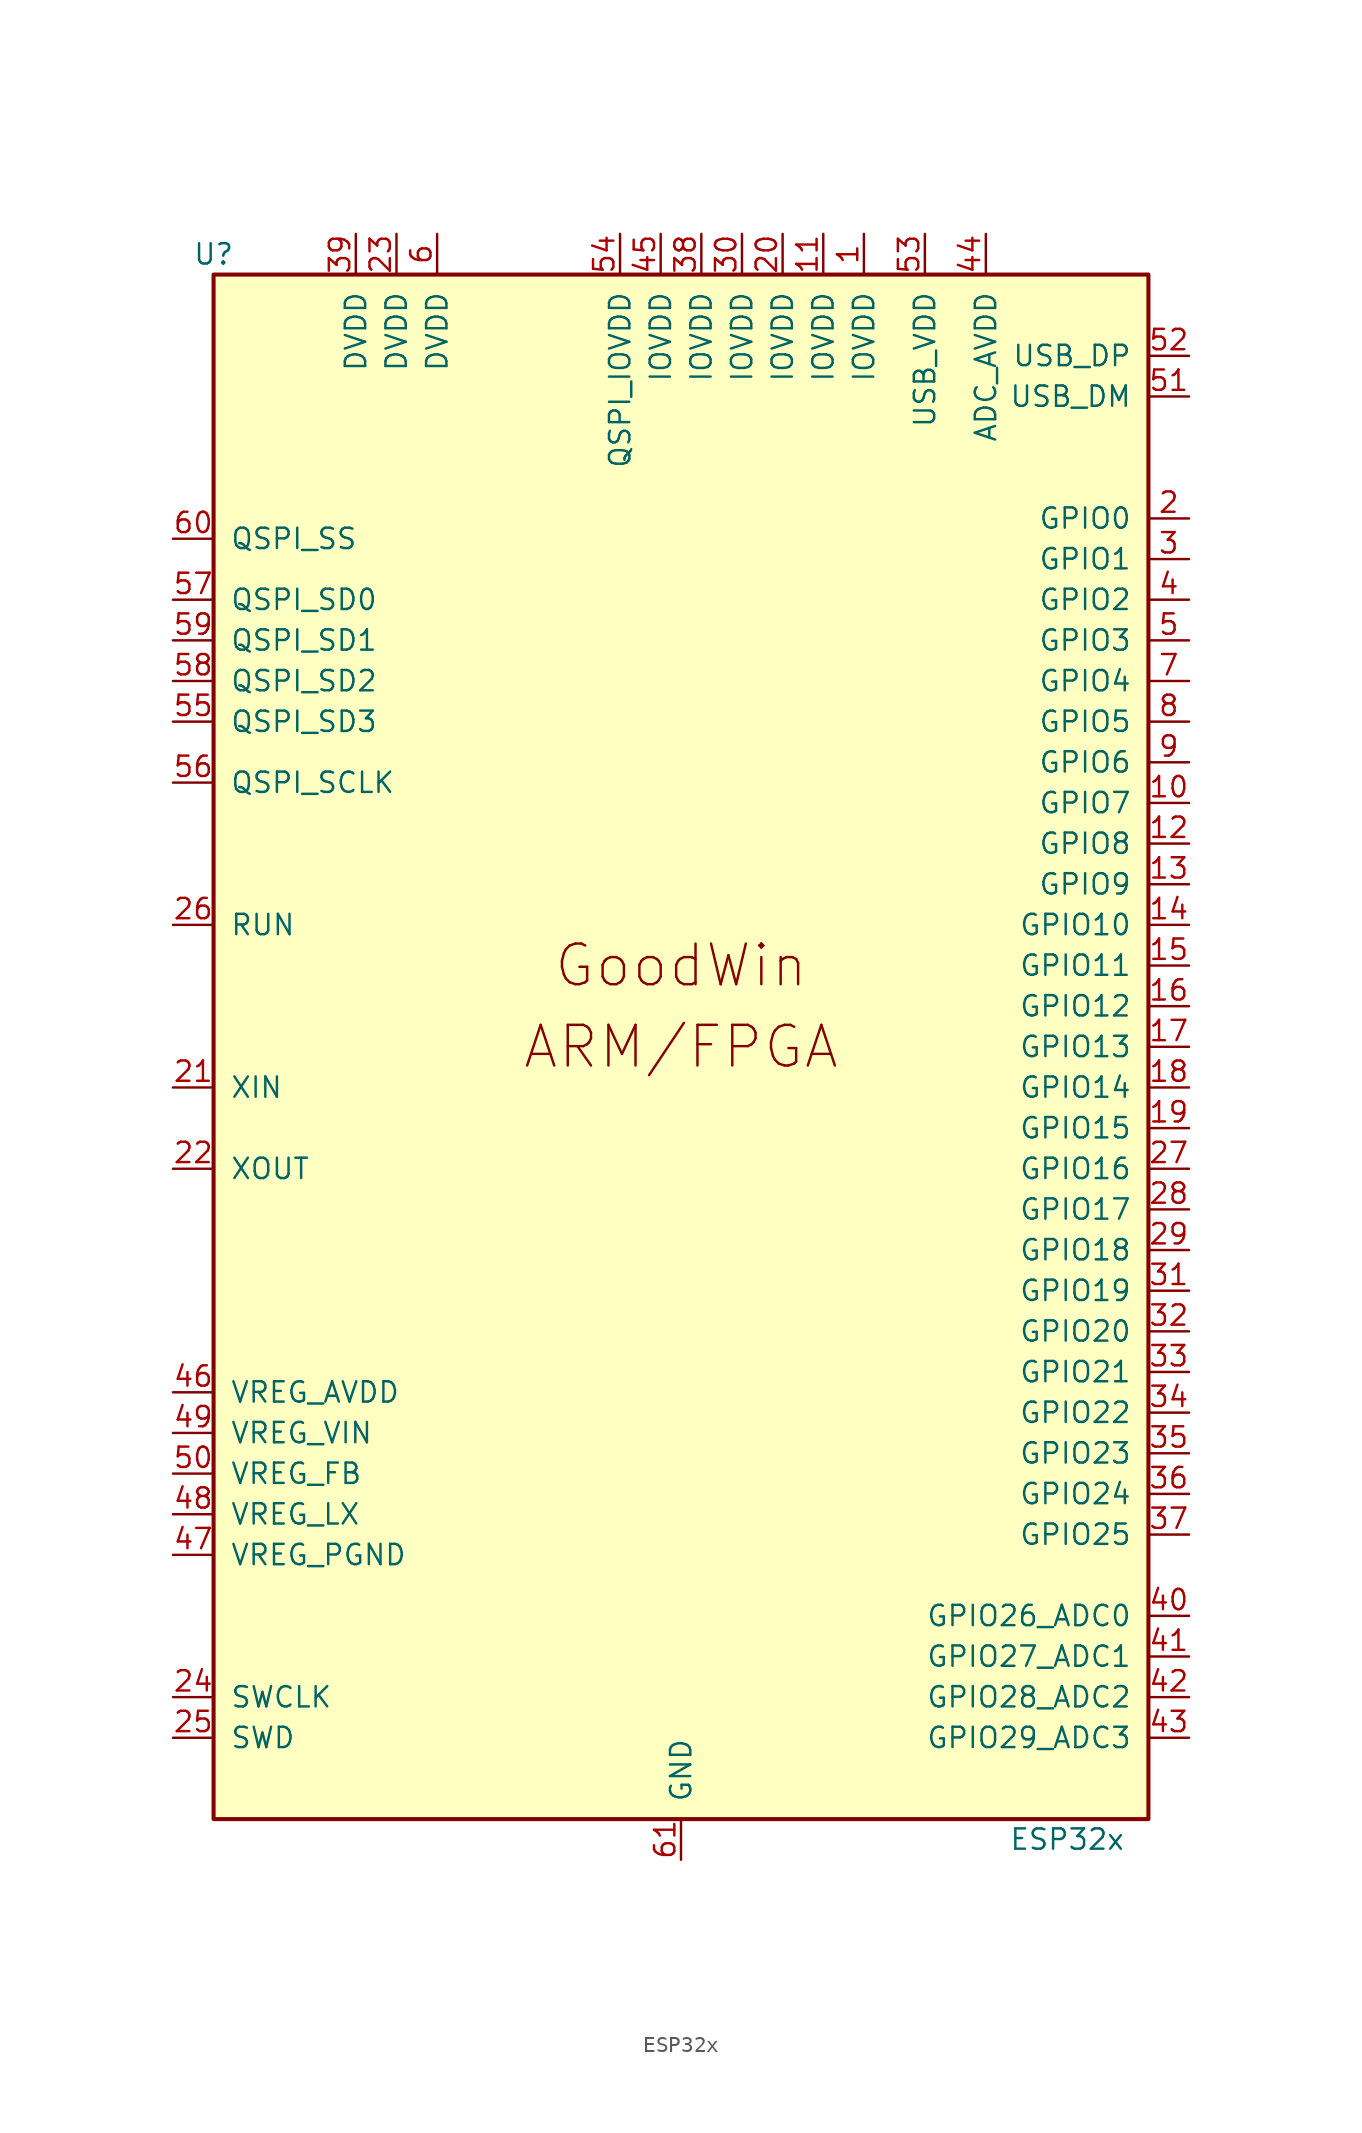
<source format=kicad_sym>
(kicad_symbol_lib
  (version 20220914)
  (generator kicad_symbol_editor)
  (symbol "ESP32x"
    (pin_names
      (offset 1.016))
    (property "Reference" "U"
      (at -29.21 49.53 0)
      (effects (font (size 1.27 1.27))))
    (property "Value" "ESP32x"
      (at 24.13 -49.53 0)
      (effects (font (size 1.27 1.27))))
    (symbol "ESP32x_0_1"
      (rectangle (start -29.21 48.26) (end 29.21 -48.26) (stroke (width 0.254) (type solid)) (fill (type background))))
    (symbol "ESP32x_1_0"
      (text "ARM/FPGA" (at 0 0 0) (effects (font (size 2.54 2.54))))
      (text "GoodWin" (at 0 5.08 0) (effects (font (size 2.54 2.54)))))
    (symbol "ESP32x_1_1"
      (pin power_in line (at 11.43 50.8 270) (length 2.54) (name "IOVDD" (effects (font (size 1.27 1.27)))) (number "1" (effects (font (size 1.27 1.27)))))
      (pin bidirectional line (at 31.75 15.24 180) (length 2.54) (name "GPIO7" (effects (font (size 1.27 1.27)))) (number "10" (effects (font (size 1.27 1.27)))))
      (pin power_in line (at 8.89 50.8 270) (length 2.54) (name "IOVDD" (effects (font (size 1.27 1.27)))) (number "11" (effects (font (size 1.27 1.27)))))
      (pin bidirectional line (at 31.75 12.7 180) (length 2.54) (name "GPIO8" (effects (font (size 1.27 1.27)))) (number "12" (effects (font (size 1.27 1.27)))))
      (pin bidirectional line (at 31.75 10.16 180) (length 2.54) (name "GPIO9" (effects (font (size 1.27 1.27)))) (number "13" (effects (font (size 1.27 1.27)))))
      (pin bidirectional line (at 31.75 7.62 180) (length 2.54) (name "GPIO10" (effects (font (size 1.27 1.27)))) (number "14" (effects (font (size 1.27 1.27)))))
      (pin bidirectional line (at 31.75 5.08 180) (length 2.54) (name "GPIO11" (effects (font (size 1.27 1.27)))) (number "15" (effects (font (size 1.27 1.27)))))
      (pin bidirectional line (at 31.75 2.54 180) (length 2.54) (name "GPIO12" (effects (font (size 1.27 1.27)))) (number "16" (effects (font (size 1.27 1.27)))))
      (pin bidirectional line (at 31.75 0 180) (length 2.54) (name "GPIO13" (effects (font (size 1.27 1.27)))) (number "17" (effects (font (size 1.27 1.27)))))
      (pin bidirectional line (at 31.75 -2.54 180) (length 2.54) (name "GPIO14" (effects (font (size 1.27 1.27)))) (number "18" (effects (font (size 1.27 1.27)))))
      (pin bidirectional line (at 31.75 -5.08 180) (length 2.54) (name "GPIO15" (effects (font (size 1.27 1.27)))) (number "19" (effects (font (size 1.27 1.27)))))
      (pin bidirectional line (at 31.75 33.02 180) (length 2.54) (name "GPIO0" (effects (font (size 1.27 1.27)))) (number "2" (effects (font (size 1.27 1.27)))))
      (pin power_in line (at 6.35 50.8 270) (length 2.54) (name "IOVDD" (effects (font (size 1.27 1.27)))) (number "20" (effects (font (size 1.27 1.27)))))
      (pin input line (at -31.75 -2.54 0) (length 2.54) (name "XIN" (effects (font (size 1.27 1.27)))) (number "21" (effects (font (size 1.27 1.27)))))
      (pin passive line (at -31.75 -7.62 0) (length 2.54) (name "XOUT" (effects (font (size 1.27 1.27)))) (number "22" (effects (font (size 1.27 1.27)))))
      (pin power_in line (at -17.78 50.8 270) (length 2.54) (name "DVDD" (effects (font (size 1.27 1.27)))) (number "23" (effects (font (size 1.27 1.27)))))
      (pin output line (at -31.75 -40.64 0) (length 2.54) (name "SWCLK" (effects (font (size 1.27 1.27)))) (number "24" (effects (font (size 1.27 1.27)))))
      (pin bidirectional line (at -31.75 -43.18 0) (length 2.54) (name "SWD" (effects (font (size 1.27 1.27)))) (number "25" (effects (font (size 1.27 1.27)))))
      (pin input line (at -31.75 7.62 0) (length 2.54) (name "RUN" (effects (font (size 1.27 1.27)))) (number "26" (effects (font (size 1.27 1.27)))))
      (pin bidirectional line (at 31.75 -7.62 180) (length 2.54) (name "GPIO16" (effects (font (size 1.27 1.27)))) (number "27" (effects (font (size 1.27 1.27)))))
      (pin bidirectional line (at 31.75 -10.16 180) (length 2.54) (name "GPIO17" (effects (font (size 1.27 1.27)))) (number "28" (effects (font (size 1.27 1.27)))))
      (pin bidirectional line (at 31.75 -12.7 180) (length 2.54) (name "GPIO18" (effects (font (size 1.27 1.27)))) (number "29" (effects (font (size 1.27 1.27)))))
      (pin bidirectional line (at 31.75 30.48 180) (length 2.54) (name "GPIO1" (effects (font (size 1.27 1.27)))) (number "3" (effects (font (size 1.27 1.27)))))
      (pin power_in line (at 3.81 50.8 270) (length 2.54) (name "IOVDD" (effects (font (size 1.27 1.27)))) (number "30" (effects (font (size 1.27 1.27)))))
      (pin bidirectional line (at 31.75 -15.24 180) (length 2.54) (name "GPIO19" (effects (font (size 1.27 1.27)))) (number "31" (effects (font (size 1.27 1.27)))))
      (pin bidirectional line (at 31.75 -17.78 180) (length 2.54) (name "GPIO20" (effects (font (size 1.27 1.27)))) (number "32" (effects (font (size 1.27 1.27)))))
      (pin bidirectional line (at 31.75 -20.32 180) (length 2.54) (name "GPIO21" (effects (font (size 1.27 1.27)))) (number "33" (effects (font (size 1.27 1.27)))))
      (pin bidirectional line (at 31.75 -22.86 180) (length 2.54) (name "GPIO22" (effects (font (size 1.27 1.27)))) (number "34" (effects (font (size 1.27 1.27)))))
      (pin bidirectional line (at 31.75 -25.4 180) (length 2.54) (name "GPIO23" (effects (font (size 1.27 1.27)))) (number "35" (effects (font (size 1.27 1.27)))))
      (pin bidirectional line (at 31.75 -27.94 180) (length 2.54) (name "GPIO24" (effects (font (size 1.27 1.27)))) (number "36" (effects (font (size 1.27 1.27)))))
      (pin bidirectional line (at 31.75 -30.48 180) (length 2.54) (name "GPIO25" (effects (font (size 1.27 1.27)))) (number "37" (effects (font (size 1.27 1.27)))))
      (pin power_in line (at 1.27 50.8 270) (length 2.54) (name "IOVDD" (effects (font (size 1.27 1.27)))) (number "38" (effects (font (size 1.27 1.27)))))
      (pin power_in line (at -20.32 50.8 270) (length 2.54) (name "DVDD" (effects (font (size 1.27 1.27)))) (number "39" (effects (font (size 1.27 1.27)))))
      (pin bidirectional line (at 31.75 27.94 180) (length 2.54) (name "GPIO2" (effects (font (size 1.27 1.27)))) (number "4" (effects (font (size 1.27 1.27)))))
      (pin bidirectional line (at 31.75 -35.56 180) (length 2.54) (name "GPIO26_ADC0" (effects (font (size 1.27 1.27)))) (number "40" (effects (font (size 1.27 1.27)))))
      (pin bidirectional line (at 31.75 -38.1 180) (length 2.54) (name "GPIO27_ADC1" (effects (font (size 1.27 1.27)))) (number "41" (effects (font (size 1.27 1.27)))))
      (pin bidirectional line (at 31.75 -40.64 180) (length 2.54) (name "GPIO28_ADC2" (effects (font (size 1.27 1.27)))) (number "42" (effects (font (size 1.27 1.27)))))
      (pin bidirectional line (at 31.75 -43.18 180) (length 2.54) (name "GPIO29_ADC3" (effects (font (size 1.27 1.27)))) (number "43" (effects (font (size 1.27 1.27)))))
      (pin power_in line (at 19.05 50.8 270) (length 2.54) (name "ADC_AVDD" (effects (font (size 1.27 1.27)))) (number "44" (effects (font (size 1.27 1.27)))))
      (pin power_in line (at -1.27 50.8 270) (length 2.54) (name "IOVDD" (effects (font (size 1.27 1.27)))) (number "45" (effects (font (size 1.27 1.27)))))
      (pin power_in line (at -31.75 -21.59 0) (length 2.54) (name "VREG_AVDD" (effects (font (size 1.27 1.27)))) (number "46" (effects (font (size 1.27 1.27)))))
      (pin power_out line (at -31.75 -31.75 0) (length 2.54) (name "VREG_PGND" (effects (font (size 1.27 1.27)))) (number "47" (effects (font (size 1.27 1.27)))))
      (pin power_in line (at -31.75 -29.21 0) (length 2.54) (name "VREG_LX" (effects (font (size 1.27 1.27)))) (number "48" (effects (font (size 1.27 1.27)))))
      (pin power_out line (at -31.75 -24.13 0) (length 2.54) (name "VREG_VIN" (effects (font (size 1.27 1.27)))) (number "49" (effects (font (size 1.27 1.27)))))
      (pin bidirectional line (at 31.75 25.4 180) (length 2.54) (name "GPIO3" (effects (font (size 1.27 1.27)))) (number "5" (effects (font (size 1.27 1.27)))))
      (pin power_in line (at -31.75 -26.67 0) (length 2.54) (name "VREG_FB" (effects (font (size 1.27 1.27)))) (number "50" (effects (font (size 1.27 1.27)))))
      (pin bidirectional line (at 31.75 40.64 180) (length 2.54) (name "USB_DM" (effects (font (size 1.27 1.27)))) (number "51" (effects (font (size 1.27 1.27)))))
      (pin bidirectional line (at 31.75 43.18 180) (length 2.54) (name "USB_DP" (effects (font (size 1.27 1.27)))) (number "52" (effects (font (size 1.27 1.27)))))
      (pin power_in line (at 15.24 50.8 270) (length 2.54) (name "USB_VDD" (effects (font (size 1.27 1.27)))) (number "53" (effects (font (size 1.27 1.27)))))
      (pin power_in line (at -3.81 50.8 270) (length 2.54) (name "QSPI_IOVDD" (effects (font (size 1.27 1.27)))) (number "54" (effects (font (size 1.27 1.27)))))
      (pin bidirectional line (at -31.75 20.32 0) (length 2.54) (name "QSPI_SD3" (effects (font (size 1.27 1.27)))) (number "55" (effects (font (size 1.27 1.27)))))
      (pin output line (at -31.75 16.51 0) (length 2.54) (name "QSPI_SCLK" (effects (font (size 1.27 1.27)))) (number "56" (effects (font (size 1.27 1.27)))))
      (pin bidirectional line (at -31.75 27.94 0) (length 2.54) (name "QSPI_SD0" (effects (font (size 1.27 1.27)))) (number "57" (effects (font (size 1.27 1.27)))))
      (pin bidirectional line (at -31.75 22.86 0) (length 2.54) (name "QSPI_SD2" (effects (font (size 1.27 1.27)))) (number "58" (effects (font (size 1.27 1.27)))))
      (pin bidirectional line (at -31.75 25.4 0) (length 2.54) (name "QSPI_SD1" (effects (font (size 1.27 1.27)))) (number "59" (effects (font (size 1.27 1.27)))))
      (pin power_in line (at -15.24 50.8 270) (length 2.54) (name "DVDD" (effects (font (size 1.27 1.27)))) (number "6" (effects (font (size 1.27 1.27)))))
      (pin bidirectional line (at -31.75 31.75 0) (length 2.54) (name "QSPI_SS" (effects (font (size 1.27 1.27)))) (number "60" (effects (font (size 1.27 1.27)))))
      (pin power_in line (at 0 -50.8 90) (length 2.54) (name "GND" (effects (font (size 1.27 1.27)))) (number "61" (effects (font (size 1.27 1.27)))))
      (pin bidirectional line (at 31.75 22.86 180) (length 2.54) (name "GPIO4" (effects (font (size 1.27 1.27)))) (number "7" (effects (font (size 1.27 1.27)))))
      (pin bidirectional line (at 31.75 20.32 180) (length 2.54) (name "GPIO5" (effects (font (size 1.27 1.27)))) (number "8" (effects (font (size 1.27 1.27)))))
      (pin bidirectional line (at 31.75 17.78 180) (length 2.54) (name "GPIO6" (effects (font (size 1.27 1.27)))) (number "9" (effects (font (size 1.27 1.27))))))))
</source>
